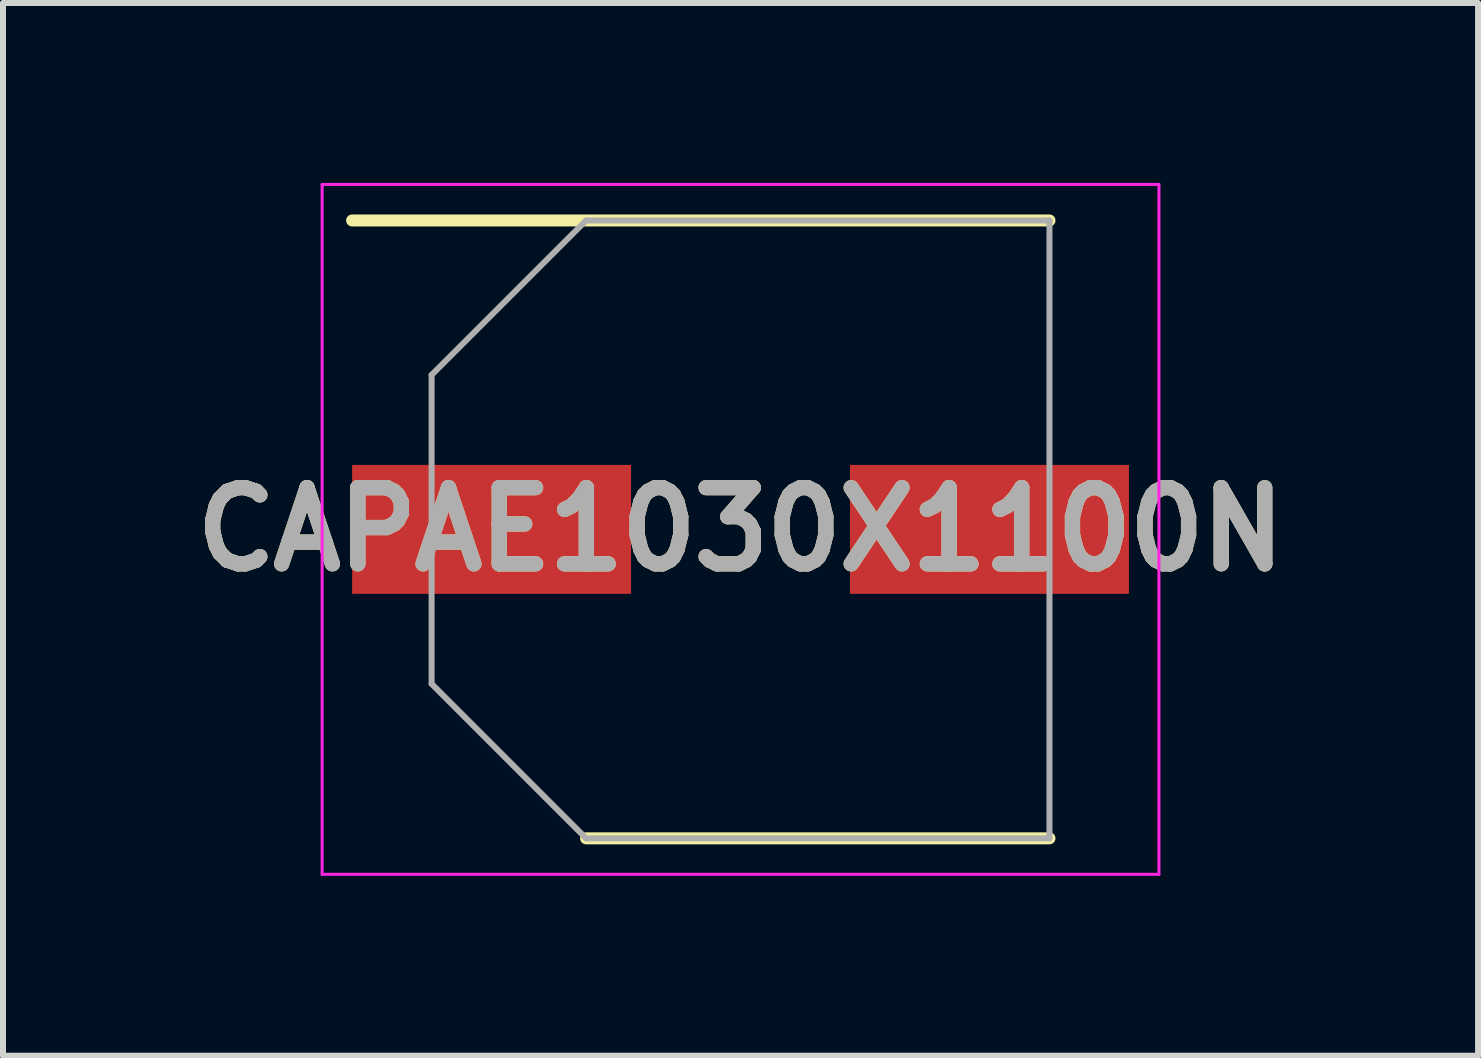
<source format=kicad_pcb>
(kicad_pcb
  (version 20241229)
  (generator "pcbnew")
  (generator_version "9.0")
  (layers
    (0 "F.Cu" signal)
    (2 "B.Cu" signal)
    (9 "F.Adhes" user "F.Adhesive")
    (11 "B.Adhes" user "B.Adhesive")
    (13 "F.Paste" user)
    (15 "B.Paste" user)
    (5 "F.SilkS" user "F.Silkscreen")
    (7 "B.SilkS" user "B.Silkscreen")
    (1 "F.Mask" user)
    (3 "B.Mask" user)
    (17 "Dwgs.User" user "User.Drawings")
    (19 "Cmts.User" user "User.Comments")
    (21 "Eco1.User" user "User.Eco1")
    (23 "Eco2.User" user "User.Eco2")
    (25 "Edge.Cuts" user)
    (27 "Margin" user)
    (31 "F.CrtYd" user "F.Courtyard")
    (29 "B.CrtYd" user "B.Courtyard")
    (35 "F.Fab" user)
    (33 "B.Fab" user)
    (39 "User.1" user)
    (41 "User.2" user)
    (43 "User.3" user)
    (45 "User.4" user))
  (footprint "CAPAE1030X1100N"
    (layer "F.Cu")
    (at 9.295 5.775)
    (property "Reference" "CAPAE1030X1100N" (at 0 0 0) (layer "F.SilkS") (effects (font (size 1.27 1.27) (thickness 0.254))))
    (attr smd)
    (fp_line (start -6.475 -5.15) (end 5.15 -5.15) (stroke (width 0.2) (type solid)) (layer "F.SilkS"))
    (fp_line (start -2.575 5.15) (end 5.15 5.15) (stroke (width 0.2) (type solid)) (layer "F.SilkS"))
    (fp_line (start -6.975 -5.75) (end 6.975 -5.75) (stroke (width 0.05) (type solid)) (layer "F.CrtYd"))
    (fp_line (start -6.975 5.75) (end -6.975 -5.75) (stroke (width 0.05) (type solid)) (layer "F.CrtYd"))
    (fp_line (start 6.975 -5.75) (end 6.975 5.75) (stroke (width 0.05) (type solid)) (layer "F.CrtYd"))
    (fp_line (start 6.975 5.75) (end -6.975 5.75) (stroke (width 0.05) (type solid)) (layer "F.CrtYd"))
    (fp_line (start -5.15 -2.575) (end -5.15 2.575) (stroke (width 0.1) (type solid)) (layer "F.Fab"))
    (fp_line (start -5.15 2.575) (end -2.575 5.15) (stroke (width 0.1) (type solid)) (layer "F.Fab"))
    (fp_line (start -2.575 -5.15) (end -5.15 -2.575) (stroke (width 0.1) (type solid)) (layer "F.Fab"))
    (fp_line (start -2.575 5.15) (end 5.15 5.15) (stroke (width 0.1) (type solid)) (layer "F.Fab"))
    (fp_line (start 5.15 -5.15) (end -2.575 -5.15) (stroke (width 0.1) (type solid)) (layer "F.Fab"))
    (fp_line (start 5.15 5.15) (end 5.15 -5.15) (stroke (width 0.1) (type solid)) (layer "F.Fab"))
    (fp_text user "${REFERENCE}" (at 0 0 0) (layer "F.Fab") (effects (font (size 1.27 1.27) (thickness 0.254))))
    (pad "1" smd rect (at -4.15 0 90) (size 2.15 4.65) (layers "F.Cu" "F.Mask" "F.Paste"))
    (pad "2" smd rect (at 4.15 0 90) (size 2.15 4.65) (layers "F.Cu" "F.Mask" "F.Paste")))
  (gr_rect
    (start -3 -3)
    (end 21.59 14.55)
    (stroke (width 0.1) (type default))
    (fill no)
    (layer "Edge.Cuts")))
</source>
